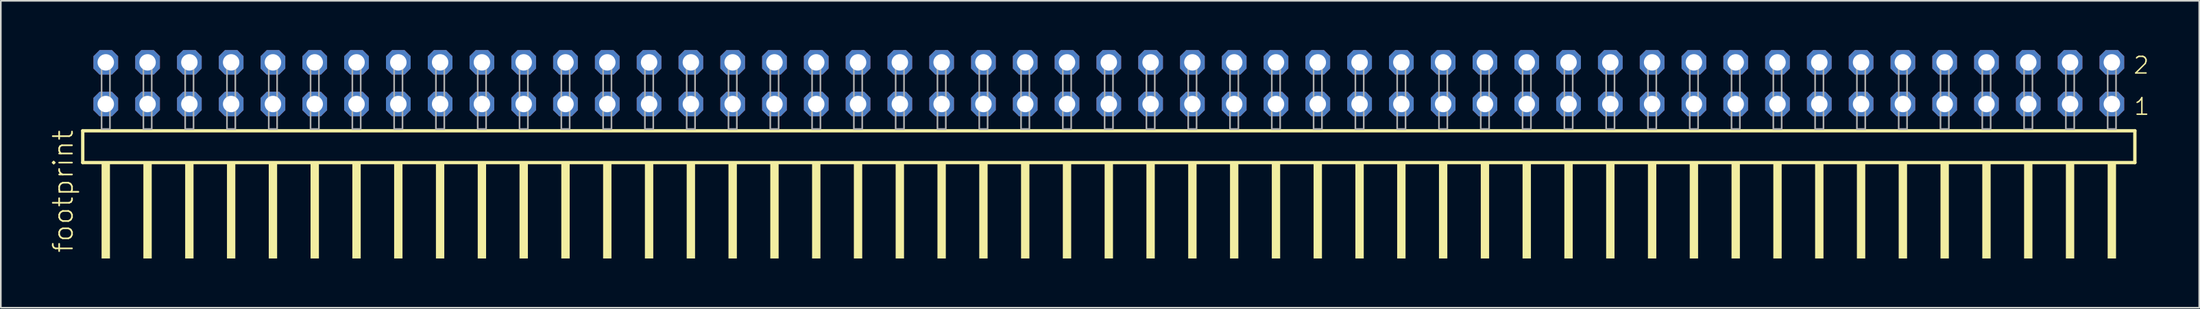
<source format=kicad_pcb>
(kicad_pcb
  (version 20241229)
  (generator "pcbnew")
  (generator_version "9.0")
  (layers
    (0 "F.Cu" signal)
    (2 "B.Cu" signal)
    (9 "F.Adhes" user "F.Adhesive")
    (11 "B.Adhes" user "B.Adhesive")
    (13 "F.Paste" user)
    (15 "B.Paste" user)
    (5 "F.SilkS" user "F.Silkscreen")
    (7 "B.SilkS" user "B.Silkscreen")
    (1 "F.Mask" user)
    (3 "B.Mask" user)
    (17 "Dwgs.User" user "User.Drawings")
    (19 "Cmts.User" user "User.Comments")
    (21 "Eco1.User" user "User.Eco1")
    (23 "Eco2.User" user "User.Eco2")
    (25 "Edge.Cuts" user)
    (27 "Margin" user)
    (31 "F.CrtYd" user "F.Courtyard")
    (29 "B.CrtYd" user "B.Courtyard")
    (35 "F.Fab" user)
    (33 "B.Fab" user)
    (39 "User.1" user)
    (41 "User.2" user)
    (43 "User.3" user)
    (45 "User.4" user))
  (footprint "footprint"
    (layer "F.Cu")
    (at 64.338 4.814)
    (property "Reference" "footprint" (at -62.865 7.62 90) (layer "F.SilkS") (effects (font (size 1.168 1.168) (thickness 0.102)) (justify left bottom)))
    (fp_line (start -62.359 0.106) (end -62.359 2.046) (stroke (width 0.203) (type solid)) (layer "F.SilkS"))
    (fp_line (start -62.359 2.046) (end 62.359 2.046) (stroke (width 0.203) (type solid)) (layer "F.SilkS"))
    (fp_line (start 62.359 0.106) (end -62.359 0.106) (stroke (width 0.203) (type solid)) (layer "F.SilkS"))
    (fp_line (start 62.359 2.046) (end 62.359 0.106) (stroke (width 0.203) (type solid)) (layer "F.SilkS"))
    (fp_poly (pts (xy -61.214 7.89) (xy -60.706 7.89) (xy -60.706 2.04) (xy -61.214 2.04)) (stroke (width 0) (type solid)) (fill yes) (layer "F.SilkS"))
    (fp_poly (pts (xy -58.674 7.89) (xy -58.166 7.89) (xy -58.166 2.04) (xy -58.674 2.04)) (stroke (width 0) (type solid)) (fill yes) (layer "F.SilkS"))
    (fp_poly (pts (xy -56.134 7.89) (xy -55.626 7.89) (xy -55.626 2.04) (xy -56.134 2.04)) (stroke (width 0) (type solid)) (fill yes) (layer "F.SilkS"))
    (fp_poly (pts (xy -53.594 7.89) (xy -53.086 7.89) (xy -53.086 2.04) (xy -53.594 2.04)) (stroke (width 0) (type solid)) (fill yes) (layer "F.SilkS"))
    (fp_poly (pts (xy -51.054 7.89) (xy -50.546 7.89) (xy -50.546 2.04) (xy -51.054 2.04)) (stroke (width 0) (type solid)) (fill yes) (layer "F.SilkS"))
    (fp_poly (pts (xy -48.514 7.89) (xy -48.006 7.89) (xy -48.006 2.04) (xy -48.514 2.04)) (stroke (width 0) (type solid)) (fill yes) (layer "F.SilkS"))
    (fp_poly (pts (xy -45.974 7.89) (xy -45.466 7.89) (xy -45.466 2.04) (xy -45.974 2.04)) (stroke (width 0) (type solid)) (fill yes) (layer "F.SilkS"))
    (fp_poly (pts (xy -43.434 7.89) (xy -42.926 7.89) (xy -42.926 2.04) (xy -43.434 2.04)) (stroke (width 0) (type solid)) (fill yes) (layer "F.SilkS"))
    (fp_poly (pts (xy -40.894 7.89) (xy -40.386 7.89) (xy -40.386 2.04) (xy -40.894 2.04)) (stroke (width 0) (type solid)) (fill yes) (layer "F.SilkS"))
    (fp_poly (pts (xy -38.354 7.89) (xy -37.846 7.89) (xy -37.846 2.04) (xy -38.354 2.04)) (stroke (width 0) (type solid)) (fill yes) (layer "F.SilkS"))
    (fp_poly (pts (xy -35.814 7.89) (xy -35.306 7.89) (xy -35.306 2.04) (xy -35.814 2.04)) (stroke (width 0) (type solid)) (fill yes) (layer "F.SilkS"))
    (fp_poly (pts (xy -33.274 7.89) (xy -32.766 7.89) (xy -32.766 2.04) (xy -33.274 2.04)) (stroke (width 0) (type solid)) (fill yes) (layer "F.SilkS"))
    (fp_poly (pts (xy -30.734 7.89) (xy -30.226 7.89) (xy -30.226 2.04) (xy -30.734 2.04)) (stroke (width 0) (type solid)) (fill yes) (layer "F.SilkS"))
    (fp_poly (pts (xy -28.194 7.89) (xy -27.686 7.89) (xy -27.686 2.04) (xy -28.194 2.04)) (stroke (width 0) (type solid)) (fill yes) (layer "F.SilkS"))
    (fp_poly (pts (xy -25.654 7.89) (xy -25.146 7.89) (xy -25.146 2.04) (xy -25.654 2.04)) (stroke (width 0) (type solid)) (fill yes) (layer "F.SilkS"))
    (fp_poly (pts (xy -23.114 7.89) (xy -22.606 7.89) (xy -22.606 2.04) (xy -23.114 2.04)) (stroke (width 0) (type solid)) (fill yes) (layer "F.SilkS"))
    (fp_poly (pts (xy -20.574 7.89) (xy -20.066 7.89) (xy -20.066 2.04) (xy -20.574 2.04)) (stroke (width 0) (type solid)) (fill yes) (layer "F.SilkS"))
    (fp_poly (pts (xy -18.034 7.89) (xy -17.526 7.89) (xy -17.526 2.04) (xy -18.034 2.04)) (stroke (width 0) (type solid)) (fill yes) (layer "F.SilkS"))
    (fp_poly (pts (xy -15.494 7.89) (xy -14.986 7.89) (xy -14.986 2.04) (xy -15.494 2.04)) (stroke (width 0) (type solid)) (fill yes) (layer "F.SilkS"))
    (fp_poly (pts (xy -12.954 7.89) (xy -12.446 7.89) (xy -12.446 2.04) (xy -12.954 2.04)) (stroke (width 0) (type solid)) (fill yes) (layer "F.SilkS"))
    (fp_poly (pts (xy -10.414 7.89) (xy -9.906 7.89) (xy -9.906 2.04) (xy -10.414 2.04)) (stroke (width 0) (type solid)) (fill yes) (layer "F.SilkS"))
    (fp_poly (pts (xy -7.874 7.89) (xy -7.366 7.89) (xy -7.366 2.04) (xy -7.874 2.04)) (stroke (width 0) (type solid)) (fill yes) (layer "F.SilkS"))
    (fp_poly (pts (xy -5.334 7.89) (xy -4.826 7.89) (xy -4.826 2.04) (xy -5.334 2.04)) (stroke (width 0) (type solid)) (fill yes) (layer "F.SilkS"))
    (fp_poly (pts (xy -2.794 7.89) (xy -2.286 7.89) (xy -2.286 2.04) (xy -2.794 2.04)) (stroke (width 0) (type solid)) (fill yes) (layer "F.SilkS"))
    (fp_poly (pts (xy -0.254 7.89) (xy 0.254 7.89) (xy 0.254 2.04) (xy -0.254 2.04)) (stroke (width 0) (type solid)) (fill yes) (layer "F.SilkS"))
    (fp_poly (pts (xy 2.286 7.89) (xy 2.794 7.89) (xy 2.794 2.04) (xy 2.286 2.04)) (stroke (width 0) (type solid)) (fill yes) (layer "F.SilkS"))
    (fp_poly (pts (xy 4.826 7.89) (xy 5.334 7.89) (xy 5.334 2.04) (xy 4.826 2.04)) (stroke (width 0) (type solid)) (fill yes) (layer "F.SilkS"))
    (fp_poly (pts (xy 7.366 7.89) (xy 7.874 7.89) (xy 7.874 2.04) (xy 7.366 2.04)) (stroke (width 0) (type solid)) (fill yes) (layer "F.SilkS"))
    (fp_poly (pts (xy 9.906 7.89) (xy 10.414 7.89) (xy 10.414 2.04) (xy 9.906 2.04)) (stroke (width 0) (type solid)) (fill yes) (layer "F.SilkS"))
    (fp_poly (pts (xy 12.446 7.89) (xy 12.954 7.89) (xy 12.954 2.04) (xy 12.446 2.04)) (stroke (width 0) (type solid)) (fill yes) (layer "F.SilkS"))
    (fp_poly (pts (xy 14.986 7.89) (xy 15.494 7.89) (xy 15.494 2.04) (xy 14.986 2.04)) (stroke (width 0) (type solid)) (fill yes) (layer "F.SilkS"))
    (fp_poly (pts (xy 17.526 7.89) (xy 18.034 7.89) (xy 18.034 2.04) (xy 17.526 2.04)) (stroke (width 0) (type solid)) (fill yes) (layer "F.SilkS"))
    (fp_poly (pts (xy 20.066 7.89) (xy 20.574 7.89) (xy 20.574 2.04) (xy 20.066 2.04)) (stroke (width 0) (type solid)) (fill yes) (layer "F.SilkS"))
    (fp_poly (pts (xy 22.606 7.89) (xy 23.114 7.89) (xy 23.114 2.04) (xy 22.606 2.04)) (stroke (width 0) (type solid)) (fill yes) (layer "F.SilkS"))
    (fp_poly (pts (xy 25.146 7.89) (xy 25.654 7.89) (xy 25.654 2.04) (xy 25.146 2.04)) (stroke (width 0) (type solid)) (fill yes) (layer "F.SilkS"))
    (fp_poly (pts (xy 27.686 7.89) (xy 28.194 7.89) (xy 28.194 2.04) (xy 27.686 2.04)) (stroke (width 0) (type solid)) (fill yes) (layer "F.SilkS"))
    (fp_poly (pts (xy 30.226 7.89) (xy 30.734 7.89) (xy 30.734 2.04) (xy 30.226 2.04)) (stroke (width 0) (type solid)) (fill yes) (layer "F.SilkS"))
    (fp_poly (pts (xy 32.766 7.89) (xy 33.274 7.89) (xy 33.274 2.04) (xy 32.766 2.04)) (stroke (width 0) (type solid)) (fill yes) (layer "F.SilkS"))
    (fp_poly (pts (xy 35.306 7.89) (xy 35.814 7.89) (xy 35.814 2.04) (xy 35.306 2.04)) (stroke (width 0) (type solid)) (fill yes) (layer "F.SilkS"))
    (fp_poly (pts (xy 37.846 7.89) (xy 38.354 7.89) (xy 38.354 2.04) (xy 37.846 2.04)) (stroke (width 0) (type solid)) (fill yes) (layer "F.SilkS"))
    (fp_poly (pts (xy 40.386 7.89) (xy 40.894 7.89) (xy 40.894 2.04) (xy 40.386 2.04)) (stroke (width 0) (type solid)) (fill yes) (layer "F.SilkS"))
    (fp_poly (pts (xy 42.926 7.89) (xy 43.434 7.89) (xy 43.434 2.04) (xy 42.926 2.04)) (stroke (width 0) (type solid)) (fill yes) (layer "F.SilkS"))
    (fp_poly (pts (xy 45.466 7.89) (xy 45.974 7.89) (xy 45.974 2.04) (xy 45.466 2.04)) (stroke (width 0) (type solid)) (fill yes) (layer "F.SilkS"))
    (fp_poly (pts (xy 48.006 7.89) (xy 48.514 7.89) (xy 48.514 2.04) (xy 48.006 2.04)) (stroke (width 0) (type solid)) (fill yes) (layer "F.SilkS"))
    (fp_poly (pts (xy 50.546 7.89) (xy 51.054 7.89) (xy 51.054 2.04) (xy 50.546 2.04)) (stroke (width 0) (type solid)) (fill yes) (layer "F.SilkS"))
    (fp_poly (pts (xy 53.086 7.89) (xy 53.594 7.89) (xy 53.594 2.04) (xy 53.086 2.04)) (stroke (width 0) (type solid)) (fill yes) (layer "F.SilkS"))
    (fp_poly (pts (xy 55.626 7.89) (xy 56.134 7.89) (xy 56.134 2.04) (xy 55.626 2.04)) (stroke (width 0) (type solid)) (fill yes) (layer "F.SilkS"))
    (fp_poly (pts (xy 58.166 7.89) (xy 58.674 7.89) (xy 58.674 2.04) (xy 58.166 2.04)) (stroke (width 0) (type solid)) (fill yes) (layer "F.SilkS"))
    (fp_poly (pts (xy 60.706 7.89) (xy 61.214 7.89) (xy 61.214 2.04) (xy 60.706 2.04)) (stroke (width 0) (type solid)) (fill yes) (layer "F.SilkS"))
    (fp_poly (pts (xy -61.214 0) (xy -60.706 0) (xy -60.706 -4.318) (xy -61.214 -4.318)) (stroke (width 0.1) (type solid)) (fill no) (layer "F.Fab"))
    (fp_poly (pts (xy -58.674 0) (xy -58.166 0) (xy -58.166 -4.318) (xy -58.674 -4.318)) (stroke (width 0.1) (type solid)) (fill no) (layer "F.Fab"))
    (fp_poly (pts (xy -56.134 0) (xy -55.626 0) (xy -55.626 -4.318) (xy -56.134 -4.318)) (stroke (width 0.1) (type solid)) (fill no) (layer "F.Fab"))
    (fp_poly (pts (xy -53.594 0) (xy -53.086 0) (xy -53.086 -4.318) (xy -53.594 -4.318)) (stroke (width 0.1) (type solid)) (fill no) (layer "F.Fab"))
    (fp_poly (pts (xy -51.054 0) (xy -50.546 0) (xy -50.546 -4.318) (xy -51.054 -4.318)) (stroke (width 0.1) (type solid)) (fill no) (layer "F.Fab"))
    (fp_poly (pts (xy -48.514 0) (xy -48.006 0) (xy -48.006 -4.318) (xy -48.514 -4.318)) (stroke (width 0.1) (type solid)) (fill no) (layer "F.Fab"))
    (fp_poly (pts (xy -45.974 0) (xy -45.466 0) (xy -45.466 -4.318) (xy -45.974 -4.318)) (stroke (width 0.1) (type solid)) (fill no) (layer "F.Fab"))
    (fp_poly (pts (xy -43.434 0) (xy -42.926 0) (xy -42.926 -4.318) (xy -43.434 -4.318)) (stroke (width 0.1) (type solid)) (fill no) (layer "F.Fab"))
    (fp_poly (pts (xy -40.894 0) (xy -40.386 0) (xy -40.386 -4.318) (xy -40.894 -4.318)) (stroke (width 0.1) (type solid)) (fill no) (layer "F.Fab"))
    (fp_poly (pts (xy -38.354 0) (xy -37.846 0) (xy -37.846 -4.318) (xy -38.354 -4.318)) (stroke (width 0.1) (type solid)) (fill no) (layer "F.Fab"))
    (fp_poly (pts (xy -35.814 0) (xy -35.306 0) (xy -35.306 -4.318) (xy -35.814 -4.318)) (stroke (width 0.1) (type solid)) (fill no) (layer "F.Fab"))
    (fp_poly (pts (xy -33.274 0) (xy -32.766 0) (xy -32.766 -4.318) (xy -33.274 -4.318)) (stroke (width 0.1) (type solid)) (fill no) (layer "F.Fab"))
    (fp_poly (pts (xy -30.734 0) (xy -30.226 0) (xy -30.226 -4.318) (xy -30.734 -4.318)) (stroke (width 0.1) (type solid)) (fill no) (layer "F.Fab"))
    (fp_poly (pts (xy -28.194 0) (xy -27.686 0) (xy -27.686 -4.318) (xy -28.194 -4.318)) (stroke (width 0.1) (type solid)) (fill no) (layer "F.Fab"))
    (fp_poly (pts (xy -25.654 0) (xy -25.146 0) (xy -25.146 -4.318) (xy -25.654 -4.318)) (stroke (width 0.1) (type solid)) (fill no) (layer "F.Fab"))
    (fp_poly (pts (xy -23.114 0) (xy -22.606 0) (xy -22.606 -4.318) (xy -23.114 -4.318)) (stroke (width 0.1) (type solid)) (fill no) (layer "F.Fab"))
    (fp_poly (pts (xy -20.574 0) (xy -20.066 0) (xy -20.066 -4.318) (xy -20.574 -4.318)) (stroke (width 0.1) (type solid)) (fill no) (layer "F.Fab"))
    (fp_poly (pts (xy -18.034 0) (xy -17.526 0) (xy -17.526 -4.318) (xy -18.034 -4.318)) (stroke (width 0.1) (type solid)) (fill no) (layer "F.Fab"))
    (fp_poly (pts (xy -15.494 0) (xy -14.986 0) (xy -14.986 -4.318) (xy -15.494 -4.318)) (stroke (width 0.1) (type solid)) (fill no) (layer "F.Fab"))
    (fp_poly (pts (xy -12.954 0) (xy -12.446 0) (xy -12.446 -4.318) (xy -12.954 -4.318)) (stroke (width 0.1) (type solid)) (fill no) (layer "F.Fab"))
    (fp_poly (pts (xy -10.414 0) (xy -9.906 0) (xy -9.906 -4.318) (xy -10.414 -4.318)) (stroke (width 0.1) (type solid)) (fill no) (layer "F.Fab"))
    (fp_poly (pts (xy -7.874 0) (xy -7.366 0) (xy -7.366 -4.318) (xy -7.874 -4.318)) (stroke (width 0.1) (type solid)) (fill no) (layer "F.Fab"))
    (fp_poly (pts (xy -5.334 0) (xy -4.826 0) (xy -4.826 -4.318) (xy -5.334 -4.318)) (stroke (width 0.1) (type solid)) (fill no) (layer "F.Fab"))
    (fp_poly (pts (xy -2.794 0) (xy -2.286 0) (xy -2.286 -4.318) (xy -2.794 -4.318)) (stroke (width 0.1) (type solid)) (fill no) (layer "F.Fab"))
    (fp_poly (pts (xy -0.254 0) (xy 0.254 0) (xy 0.254 -4.318) (xy -0.254 -4.318)) (stroke (width 0.1) (type solid)) (fill no) (layer "F.Fab"))
    (fp_poly (pts (xy 2.286 0) (xy 2.794 0) (xy 2.794 -4.318) (xy 2.286 -4.318)) (stroke (width 0.1) (type solid)) (fill no) (layer "F.Fab"))
    (fp_poly (pts (xy 4.826 0) (xy 5.334 0) (xy 5.334 -4.318) (xy 4.826 -4.318)) (stroke (width 0.1) (type solid)) (fill no) (layer "F.Fab"))
    (fp_poly (pts (xy 7.366 0) (xy 7.874 0) (xy 7.874 -4.318) (xy 7.366 -4.318)) (stroke (width 0.1) (type solid)) (fill no) (layer "F.Fab"))
    (fp_poly (pts (xy 9.906 0) (xy 10.414 0) (xy 10.414 -4.318) (xy 9.906 -4.318)) (stroke (width 0.1) (type solid)) (fill no) (layer "F.Fab"))
    (fp_poly (pts (xy 12.446 0) (xy 12.954 0) (xy 12.954 -4.318) (xy 12.446 -4.318)) (stroke (width 0.1) (type solid)) (fill no) (layer "F.Fab"))
    (fp_poly (pts (xy 14.986 0) (xy 15.494 0) (xy 15.494 -4.318) (xy 14.986 -4.318)) (stroke (width 0.1) (type solid)) (fill no) (layer "F.Fab"))
    (fp_poly (pts (xy 17.526 0) (xy 18.034 0) (xy 18.034 -4.318) (xy 17.526 -4.318)) (stroke (width 0.1) (type solid)) (fill no) (layer "F.Fab"))
    (fp_poly (pts (xy 20.066 0) (xy 20.574 0) (xy 20.574 -4.318) (xy 20.066 -4.318)) (stroke (width 0.1) (type solid)) (fill no) (layer "F.Fab"))
    (fp_poly (pts (xy 22.606 0) (xy 23.114 0) (xy 23.114 -4.318) (xy 22.606 -4.318)) (stroke (width 0.1) (type solid)) (fill no) (layer "F.Fab"))
    (fp_poly (pts (xy 25.146 0) (xy 25.654 0) (xy 25.654 -4.318) (xy 25.146 -4.318)) (stroke (width 0.1) (type solid)) (fill no) (layer "F.Fab"))
    (fp_poly (pts (xy 27.686 0) (xy 28.194 0) (xy 28.194 -4.318) (xy 27.686 -4.318)) (stroke (width 0.1) (type solid)) (fill no) (layer "F.Fab"))
    (fp_poly (pts (xy 30.226 0) (xy 30.734 0) (xy 30.734 -4.318) (xy 30.226 -4.318)) (stroke (width 0.1) (type solid)) (fill no) (layer "F.Fab"))
    (fp_poly (pts (xy 32.766 0) (xy 33.274 0) (xy 33.274 -4.318) (xy 32.766 -4.318)) (stroke (width 0.1) (type solid)) (fill no) (layer "F.Fab"))
    (fp_poly (pts (xy 35.306 0) (xy 35.814 0) (xy 35.814 -4.318) (xy 35.306 -4.318)) (stroke (width 0.1) (type solid)) (fill no) (layer "F.Fab"))
    (fp_poly (pts (xy 37.846 0) (xy 38.354 0) (xy 38.354 -4.318) (xy 37.846 -4.318)) (stroke (width 0.1) (type solid)) (fill no) (layer "F.Fab"))
    (fp_poly (pts (xy 40.386 0) (xy 40.894 0) (xy 40.894 -4.318) (xy 40.386 -4.318)) (stroke (width 0.1) (type solid)) (fill no) (layer "F.Fab"))
    (fp_poly (pts (xy 42.926 0) (xy 43.434 0) (xy 43.434 -4.318) (xy 42.926 -4.318)) (stroke (width 0.1) (type solid)) (fill no) (layer "F.Fab"))
    (fp_poly (pts (xy 45.466 0) (xy 45.974 0) (xy 45.974 -4.318) (xy 45.466 -4.318)) (stroke (width 0.1) (type solid)) (fill no) (layer "F.Fab"))
    (fp_poly (pts (xy 48.006 0) (xy 48.514 0) (xy 48.514 -4.318) (xy 48.006 -4.318)) (stroke (width 0.1) (type solid)) (fill no) (layer "F.Fab"))
    (fp_poly (pts (xy 50.546 0) (xy 51.054 0) (xy 51.054 -4.318) (xy 50.546 -4.318)) (stroke (width 0.1) (type solid)) (fill no) (layer "F.Fab"))
    (fp_poly (pts (xy 53.086 0) (xy 53.594 0) (xy 53.594 -4.318) (xy 53.086 -4.318)) (stroke (width 0.1) (type solid)) (fill no) (layer "F.Fab"))
    (fp_poly (pts (xy 55.626 0) (xy 56.134 0) (xy 56.134 -4.318) (xy 55.626 -4.318)) (stroke (width 0.1) (type solid)) (fill no) (layer "F.Fab"))
    (fp_poly (pts (xy 58.166 0) (xy 58.674 0) (xy 58.674 -4.318) (xy 58.166 -4.318)) (stroke (width 0.1) (type solid)) (fill no) (layer "F.Fab"))
    (fp_poly (pts (xy 60.706 0) (xy 61.214 0) (xy 61.214 -4.318) (xy 60.706 -4.318)) (stroke (width 0.1) (type solid)) (fill no) (layer "F.Fab"))
    (fp_text user "2" (at 62.21 -3.29 0) (layer "F.SilkS") (effects (font (size 1.012 1.012) (thickness 0.088)) (justify left bottom)))
    (fp_text user "1" (at 62.245 -0.775 0) (layer "F.SilkS") (effects (font (size 1.012 1.012) (thickness 0.088)) (justify left bottom)))
    (pad "1" thru_hole roundrect (at 60.96 -1.524 180) (size 1.5 1.5) (drill 1) (layers "*.Cu" "*.Mask") (roundrect_rratio 0.25) (chamfer_ratio 0.25) (chamfer top_left top_right bottom_left bottom_right))
    (pad "2" thru_hole roundrect (at 60.96 -4.064 180) (size 1.5 1.5) (drill 1) (layers "*.Cu" "*.Mask") (roundrect_rratio 0.25) (chamfer_ratio 0.25) (chamfer top_left top_right bottom_left bottom_right))
    (pad "3" thru_hole roundrect (at 58.42 -1.524 180) (size 1.5 1.5) (drill 1) (layers "*.Cu" "*.Mask") (roundrect_rratio 0.25) (chamfer_ratio 0.25) (chamfer top_left top_right bottom_left bottom_right))
    (pad "4" thru_hole roundrect (at 58.42 -4.064 180) (size 1.5 1.5) (drill 1) (layers "*.Cu" "*.Mask") (roundrect_rratio 0.25) (chamfer_ratio 0.25) (chamfer top_left top_right bottom_left bottom_right))
    (pad "5" thru_hole roundrect (at 55.88 -1.524 180) (size 1.5 1.5) (drill 1) (layers "*.Cu" "*.Mask") (roundrect_rratio 0.25) (chamfer_ratio 0.25) (chamfer top_left top_right bottom_left bottom_right))
    (pad "6" thru_hole roundrect (at 55.88 -4.064 180) (size 1.5 1.5) (drill 1) (layers "*.Cu" "*.Mask") (roundrect_rratio 0.25) (chamfer_ratio 0.25) (chamfer top_left top_right bottom_left bottom_right))
    (pad "7" thru_hole roundrect (at 53.34 -1.524 180) (size 1.5 1.5) (drill 1) (layers "*.Cu" "*.Mask") (roundrect_rratio 0.25) (chamfer_ratio 0.25) (chamfer top_left top_right bottom_left bottom_right))
    (pad "8" thru_hole roundrect (at 53.34 -4.064 180) (size 1.5 1.5) (drill 1) (layers "*.Cu" "*.Mask") (roundrect_rratio 0.25) (chamfer_ratio 0.25) (chamfer top_left top_right bottom_left bottom_right))
    (pad "9" thru_hole roundrect (at 50.8 -1.524 180) (size 1.5 1.5) (drill 1) (layers "*.Cu" "*.Mask") (roundrect_rratio 0.25) (chamfer_ratio 0.25) (chamfer top_left top_right bottom_left bottom_right))
    (pad "10" thru_hole roundrect (at 50.8 -4.064 180) (size 1.5 1.5) (drill 1) (layers "*.Cu" "*.Mask") (roundrect_rratio 0.25) (chamfer_ratio 0.25) (chamfer top_left top_right bottom_left bottom_right))
    (pad "11" thru_hole roundrect (at 48.26 -1.524 180) (size 1.5 1.5) (drill 1) (layers "*.Cu" "*.Mask") (roundrect_rratio 0.25) (chamfer_ratio 0.25) (chamfer top_left top_right bottom_left bottom_right))
    (pad "12" thru_hole roundrect (at 48.26 -4.064 180) (size 1.5 1.5) (drill 1) (layers "*.Cu" "*.Mask") (roundrect_rratio 0.25) (chamfer_ratio 0.25) (chamfer top_left top_right bottom_left bottom_right))
    (pad "13" thru_hole roundrect (at 45.72 -1.524 180) (size 1.5 1.5) (drill 1) (layers "*.Cu" "*.Mask") (roundrect_rratio 0.25) (chamfer_ratio 0.25) (chamfer top_left top_right bottom_left bottom_right))
    (pad "14" thru_hole roundrect (at 45.72 -4.064 180) (size 1.5 1.5) (drill 1) (layers "*.Cu" "*.Mask") (roundrect_rratio 0.25) (chamfer_ratio 0.25) (chamfer top_left top_right bottom_left bottom_right))
    (pad "15" thru_hole roundrect (at 43.18 -1.524 180) (size 1.5 1.5) (drill 1) (layers "*.Cu" "*.Mask") (roundrect_rratio 0.25) (chamfer_ratio 0.25) (chamfer top_left top_right bottom_left bottom_right))
    (pad "16" thru_hole roundrect (at 43.18 -4.064 180) (size 1.5 1.5) (drill 1) (layers "*.Cu" "*.Mask") (roundrect_rratio 0.25) (chamfer_ratio 0.25) (chamfer top_left top_right bottom_left bottom_right))
    (pad "17" thru_hole roundrect (at 40.64 -1.524 180) (size 1.5 1.5) (drill 1) (layers "*.Cu" "*.Mask") (roundrect_rratio 0.25) (chamfer_ratio 0.25) (chamfer top_left top_right bottom_left bottom_right))
    (pad "18" thru_hole roundrect (at 40.64 -4.064 180) (size 1.5 1.5) (drill 1) (layers "*.Cu" "*.Mask") (roundrect_rratio 0.25) (chamfer_ratio 0.25) (chamfer top_left top_right bottom_left bottom_right))
    (pad "19" thru_hole roundrect (at 38.1 -1.524 180) (size 1.5 1.5) (drill 1) (layers "*.Cu" "*.Mask") (roundrect_rratio 0.25) (chamfer_ratio 0.25) (chamfer top_left top_right bottom_left bottom_right))
    (pad "20" thru_hole roundrect (at 38.1 -4.064 180) (size 1.5 1.5) (drill 1) (layers "*.Cu" "*.Mask") (roundrect_rratio 0.25) (chamfer_ratio 0.25) (chamfer top_left top_right bottom_left bottom_right))
    (pad "21" thru_hole roundrect (at 35.56 -1.524 180) (size 1.5 1.5) (drill 1) (layers "*.Cu" "*.Mask") (roundrect_rratio 0.25) (chamfer_ratio 0.25) (chamfer top_left top_right bottom_left bottom_right))
    (pad "22" thru_hole roundrect (at 35.56 -4.064 180) (size 1.5 1.5) (drill 1) (layers "*.Cu" "*.Mask") (roundrect_rratio 0.25) (chamfer_ratio 0.25) (chamfer top_left top_right bottom_left bottom_right))
    (pad "23" thru_hole roundrect (at 33.02 -1.524 180) (size 1.5 1.5) (drill 1) (layers "*.Cu" "*.Mask") (roundrect_rratio 0.25) (chamfer_ratio 0.25) (chamfer top_left top_right bottom_left bottom_right))
    (pad "24" thru_hole roundrect (at 33.02 -4.064 180) (size 1.5 1.5) (drill 1) (layers "*.Cu" "*.Mask") (roundrect_rratio 0.25) (chamfer_ratio 0.25) (chamfer top_left top_right bottom_left bottom_right))
    (pad "25" thru_hole roundrect (at 30.48 -1.524 180) (size 1.5 1.5) (drill 1) (layers "*.Cu" "*.Mask") (roundrect_rratio 0.25) (chamfer_ratio 0.25) (chamfer top_left top_right bottom_left bottom_right))
    (pad "26" thru_hole roundrect (at 30.48 -4.064 180) (size 1.5 1.5) (drill 1) (layers "*.Cu" "*.Mask") (roundrect_rratio 0.25) (chamfer_ratio 0.25) (chamfer top_left top_right bottom_left bottom_right))
    (pad "27" thru_hole roundrect (at 27.94 -1.524 180) (size 1.5 1.5) (drill 1) (layers "*.Cu" "*.Mask") (roundrect_rratio 0.25) (chamfer_ratio 0.25) (chamfer top_left top_right bottom_left bottom_right))
    (pad "28" thru_hole roundrect (at 27.94 -4.064 180) (size 1.5 1.5) (drill 1) (layers "*.Cu" "*.Mask") (roundrect_rratio 0.25) (chamfer_ratio 0.25) (chamfer top_left top_right bottom_left bottom_right))
    (pad "29" thru_hole roundrect (at 25.4 -1.524 180) (size 1.5 1.5) (drill 1) (layers "*.Cu" "*.Mask") (roundrect_rratio 0.25) (chamfer_ratio 0.25) (chamfer top_left top_right bottom_left bottom_right))
    (pad "30" thru_hole roundrect (at 25.4 -4.064 180) (size 1.5 1.5) (drill 1) (layers "*.Cu" "*.Mask") (roundrect_rratio 0.25) (chamfer_ratio 0.25) (chamfer top_left top_right bottom_left bottom_right))
    (pad "31" thru_hole roundrect (at 22.86 -1.524 180) (size 1.5 1.5) (drill 1) (layers "*.Cu" "*.Mask") (roundrect_rratio 0.25) (chamfer_ratio 0.25) (chamfer top_left top_right bottom_left bottom_right))
    (pad "32" thru_hole roundrect (at 22.86 -4.064 180) (size 1.5 1.5) (drill 1) (layers "*.Cu" "*.Mask") (roundrect_rratio 0.25) (chamfer_ratio 0.25) (chamfer top_left top_right bottom_left bottom_right))
    (pad "33" thru_hole roundrect (at 20.32 -1.524 180) (size 1.5 1.5) (drill 1) (layers "*.Cu" "*.Mask") (roundrect_rratio 0.25) (chamfer_ratio 0.25) (chamfer top_left top_right bottom_left bottom_right))
    (pad "34" thru_hole roundrect (at 20.32 -4.064 180) (size 1.5 1.5) (drill 1) (layers "*.Cu" "*.Mask") (roundrect_rratio 0.25) (chamfer_ratio 0.25) (chamfer top_left top_right bottom_left bottom_right))
    (pad "35" thru_hole roundrect (at 17.78 -1.524 180) (size 1.5 1.5) (drill 1) (layers "*.Cu" "*.Mask") (roundrect_rratio 0.25) (chamfer_ratio 0.25) (chamfer top_left top_right bottom_left bottom_right))
    (pad "36" thru_hole roundrect (at 17.78 -4.064 180) (size 1.5 1.5) (drill 1) (layers "*.Cu" "*.Mask") (roundrect_rratio 0.25) (chamfer_ratio 0.25) (chamfer top_left top_right bottom_left bottom_right))
    (pad "37" thru_hole roundrect (at 15.24 -1.524 180) (size 1.5 1.5) (drill 1) (layers "*.Cu" "*.Mask") (roundrect_rratio 0.25) (chamfer_ratio 0.25) (chamfer top_left top_right bottom_left bottom_right))
    (pad "38" thru_hole roundrect (at 15.24 -4.064 180) (size 1.5 1.5) (drill 1) (layers "*.Cu" "*.Mask") (roundrect_rratio 0.25) (chamfer_ratio 0.25) (chamfer top_left top_right bottom_left bottom_right))
    (pad "39" thru_hole roundrect (at 12.7 -1.524 180) (size 1.5 1.5) (drill 1) (layers "*.Cu" "*.Mask") (roundrect_rratio 0.25) (chamfer_ratio 0.25) (chamfer top_left top_right bottom_left bottom_right))
    (pad "40" thru_hole roundrect (at 12.7 -4.064 180) (size 1.5 1.5) (drill 1) (layers "*.Cu" "*.Mask") (roundrect_rratio 0.25) (chamfer_ratio 0.25) (chamfer top_left top_right bottom_left bottom_right))
    (pad "41" thru_hole roundrect (at 10.16 -1.524 180) (size 1.5 1.5) (drill 1) (layers "*.Cu" "*.Mask") (roundrect_rratio 0.25) (chamfer_ratio 0.25) (chamfer top_left top_right bottom_left bottom_right))
    (pad "42" thru_hole roundrect (at 10.16 -4.064 180) (size 1.5 1.5) (drill 1) (layers "*.Cu" "*.Mask") (roundrect_rratio 0.25) (chamfer_ratio 0.25) (chamfer top_left top_right bottom_left bottom_right))
    (pad "43" thru_hole roundrect (at 7.62 -1.524 180) (size 1.5 1.5) (drill 1) (layers "*.Cu" "*.Mask") (roundrect_rratio 0.25) (chamfer_ratio 0.25) (chamfer top_left top_right bottom_left bottom_right))
    (pad "44" thru_hole roundrect (at 7.62 -4.064 180) (size 1.5 1.5) (drill 1) (layers "*.Cu" "*.Mask") (roundrect_rratio 0.25) (chamfer_ratio 0.25) (chamfer top_left top_right bottom_left bottom_right))
    (pad "45" thru_hole roundrect (at 5.08 -1.524 180) (size 1.5 1.5) (drill 1) (layers "*.Cu" "*.Mask") (roundrect_rratio 0.25) (chamfer_ratio 0.25) (chamfer top_left top_right bottom_left bottom_right))
    (pad "46" thru_hole roundrect (at 5.08 -4.064 180) (size 1.5 1.5) (drill 1) (layers "*.Cu" "*.Mask") (roundrect_rratio 0.25) (chamfer_ratio 0.25) (chamfer top_left top_right bottom_left bottom_right))
    (pad "47" thru_hole roundrect (at 2.54 -1.524 180) (size 1.5 1.5) (drill 1) (layers "*.Cu" "*.Mask") (roundrect_rratio 0.25) (chamfer_ratio 0.25) (chamfer top_left top_right bottom_left bottom_right))
    (pad "48" thru_hole roundrect (at 2.54 -4.064 180) (size 1.5 1.5) (drill 1) (layers "*.Cu" "*.Mask") (roundrect_rratio 0.25) (chamfer_ratio 0.25) (chamfer top_left top_right bottom_left bottom_right))
    (pad "49" thru_hole roundrect (at 0 -1.524 180) (size 1.5 1.5) (drill 1) (layers "*.Cu" "*.Mask") (roundrect_rratio 0.25) (chamfer_ratio 0.25) (chamfer top_left top_right bottom_left bottom_right))
    (pad "50" thru_hole roundrect (at 0 -4.064 180) (size 1.5 1.5) (drill 1) (layers "*.Cu" "*.Mask") (roundrect_rratio 0.25) (chamfer_ratio 0.25) (chamfer top_left top_right bottom_left bottom_right))
    (pad "51" thru_hole roundrect (at -2.54 -1.524 180) (size 1.5 1.5) (drill 1) (layers "*.Cu" "*.Mask") (roundrect_rratio 0.25) (chamfer_ratio 0.25) (chamfer top_left top_right bottom_left bottom_right))
    (pad "52" thru_hole roundrect (at -2.54 -4.064 180) (size 1.5 1.5) (drill 1) (layers "*.Cu" "*.Mask") (roundrect_rratio 0.25) (chamfer_ratio 0.25) (chamfer top_left top_right bottom_left bottom_right))
    (pad "53" thru_hole roundrect (at -5.08 -1.524 180) (size 1.5 1.5) (drill 1) (layers "*.Cu" "*.Mask") (roundrect_rratio 0.25) (chamfer_ratio 0.25) (chamfer top_left top_right bottom_left bottom_right))
    (pad "54" thru_hole roundrect (at -5.08 -4.064 180) (size 1.5 1.5) (drill 1) (layers "*.Cu" "*.Mask") (roundrect_rratio 0.25) (chamfer_ratio 0.25) (chamfer top_left top_right bottom_left bottom_right))
    (pad "55" thru_hole roundrect (at -7.62 -1.524 180) (size 1.5 1.5) (drill 1) (layers "*.Cu" "*.Mask") (roundrect_rratio 0.25) (chamfer_ratio 0.25) (chamfer top_left top_right bottom_left bottom_right))
    (pad "56" thru_hole roundrect (at -7.62 -4.064 180) (size 1.5 1.5) (drill 1) (layers "*.Cu" "*.Mask") (roundrect_rratio 0.25) (chamfer_ratio 0.25) (chamfer top_left top_right bottom_left bottom_right))
    (pad "57" thru_hole roundrect (at -10.16 -1.524 180) (size 1.5 1.5) (drill 1) (layers "*.Cu" "*.Mask") (roundrect_rratio 0.25) (chamfer_ratio 0.25) (chamfer top_left top_right bottom_left bottom_right))
    (pad "58" thru_hole roundrect (at -10.16 -4.064 180) (size 1.5 1.5) (drill 1) (layers "*.Cu" "*.Mask") (roundrect_rratio 0.25) (chamfer_ratio 0.25) (chamfer top_left top_right bottom_left bottom_right))
    (pad "59" thru_hole roundrect (at -12.7 -1.524 180) (size 1.5 1.5) (drill 1) (layers "*.Cu" "*.Mask") (roundrect_rratio 0.25) (chamfer_ratio 0.25) (chamfer top_left top_right bottom_left bottom_right))
    (pad "60" thru_hole roundrect (at -12.7 -4.064 180) (size 1.5 1.5) (drill 1) (layers "*.Cu" "*.Mask") (roundrect_rratio 0.25) (chamfer_ratio 0.25) (chamfer top_left top_right bottom_left bottom_right))
    (pad "61" thru_hole roundrect (at -15.24 -1.524 180) (size 1.5 1.5) (drill 1) (layers "*.Cu" "*.Mask") (roundrect_rratio 0.25) (chamfer_ratio 0.25) (chamfer top_left top_right bottom_left bottom_right))
    (pad "62" thru_hole roundrect (at -15.24 -4.064 180) (size 1.5 1.5) (drill 1) (layers "*.Cu" "*.Mask") (roundrect_rratio 0.25) (chamfer_ratio 0.25) (chamfer top_left top_right bottom_left bottom_right))
    (pad "63" thru_hole roundrect (at -17.78 -1.524 180) (size 1.5 1.5) (drill 1) (layers "*.Cu" "*.Mask") (roundrect_rratio 0.25) (chamfer_ratio 0.25) (chamfer top_left top_right bottom_left bottom_right))
    (pad "64" thru_hole roundrect (at -17.78 -4.064 180) (size 1.5 1.5) (drill 1) (layers "*.Cu" "*.Mask") (roundrect_rratio 0.25) (chamfer_ratio 0.25) (chamfer top_left top_right bottom_left bottom_right))
    (pad "65" thru_hole roundrect (at -20.32 -1.524 180) (size 1.5 1.5) (drill 1) (layers "*.Cu" "*.Mask") (roundrect_rratio 0.25) (chamfer_ratio 0.25) (chamfer top_left top_right bottom_left bottom_right))
    (pad "66" thru_hole roundrect (at -20.32 -4.064 180) (size 1.5 1.5) (drill 1) (layers "*.Cu" "*.Mask") (roundrect_rratio 0.25) (chamfer_ratio 0.25) (chamfer top_left top_right bottom_left bottom_right))
    (pad "67" thru_hole roundrect (at -22.86 -1.524 180) (size 1.5 1.5) (drill 1) (layers "*.Cu" "*.Mask") (roundrect_rratio 0.25) (chamfer_ratio 0.25) (chamfer top_left top_right bottom_left bottom_right))
    (pad "68" thru_hole roundrect (at -22.86 -4.064 180) (size 1.5 1.5) (drill 1) (layers "*.Cu" "*.Mask") (roundrect_rratio 0.25) (chamfer_ratio 0.25) (chamfer top_left top_right bottom_left bottom_right))
    (pad "69" thru_hole roundrect (at -25.4 -1.524 180) (size 1.5 1.5) (drill 1) (layers "*.Cu" "*.Mask") (roundrect_rratio 0.25) (chamfer_ratio 0.25) (chamfer top_left top_right bottom_left bottom_right))
    (pad "70" thru_hole roundrect (at -25.4 -4.064 180) (size 1.5 1.5) (drill 1) (layers "*.Cu" "*.Mask") (roundrect_rratio 0.25) (chamfer_ratio 0.25) (chamfer top_left top_right bottom_left bottom_right))
    (pad "71" thru_hole roundrect (at -27.94 -1.524 180) (size 1.5 1.5) (drill 1) (layers "*.Cu" "*.Mask") (roundrect_rratio 0.25) (chamfer_ratio 0.25) (chamfer top_left top_right bottom_left bottom_right))
    (pad "72" thru_hole roundrect (at -27.94 -4.064 180) (size 1.5 1.5) (drill 1) (layers "*.Cu" "*.Mask") (roundrect_rratio 0.25) (chamfer_ratio 0.25) (chamfer top_left top_right bottom_left bottom_right))
    (pad "73" thru_hole roundrect (at -30.48 -1.524 180) (size 1.5 1.5) (drill 1) (layers "*.Cu" "*.Mask") (roundrect_rratio 0.25) (chamfer_ratio 0.25) (chamfer top_left top_right bottom_left bottom_right))
    (pad "74" thru_hole roundrect (at -30.48 -4.064 180) (size 1.5 1.5) (drill 1) (layers "*.Cu" "*.Mask") (roundrect_rratio 0.25) (chamfer_ratio 0.25) (chamfer top_left top_right bottom_left bottom_right))
    (pad "75" thru_hole roundrect (at -33.02 -1.524 180) (size 1.5 1.5) (drill 1) (layers "*.Cu" "*.Mask") (roundrect_rratio 0.25) (chamfer_ratio 0.25) (chamfer top_left top_right bottom_left bottom_right))
    (pad "76" thru_hole roundrect (at -33.02 -4.064 180) (size 1.5 1.5) (drill 1) (layers "*.Cu" "*.Mask") (roundrect_rratio 0.25) (chamfer_ratio 0.25) (chamfer top_left top_right bottom_left bottom_right))
    (pad "77" thru_hole roundrect (at -35.56 -1.524 180) (size 1.5 1.5) (drill 1) (layers "*.Cu" "*.Mask") (roundrect_rratio 0.25) (chamfer_ratio 0.25) (chamfer top_left top_right bottom_left bottom_right))
    (pad "78" thru_hole roundrect (at -35.56 -4.064 180) (size 1.5 1.5) (drill 1) (layers "*.Cu" "*.Mask") (roundrect_rratio 0.25) (chamfer_ratio 0.25) (chamfer top_left top_right bottom_left bottom_right))
    (pad "79" thru_hole roundrect (at -38.1 -1.524 180) (size 1.5 1.5) (drill 1) (layers "*.Cu" "*.Mask") (roundrect_rratio 0.25) (chamfer_ratio 0.25) (chamfer top_left top_right bottom_left bottom_right))
    (pad "80" thru_hole roundrect (at -38.1 -4.064 180) (size 1.5 1.5) (drill 1) (layers "*.Cu" "*.Mask") (roundrect_rratio 0.25) (chamfer_ratio 0.25) (chamfer top_left top_right bottom_left bottom_right))
    (pad "81" thru_hole roundrect (at -40.64 -1.524 180) (size 1.5 1.5) (drill 1) (layers "*.Cu" "*.Mask") (roundrect_rratio 0.25) (chamfer_ratio 0.25) (chamfer top_left top_right bottom_left bottom_right))
    (pad "82" thru_hole roundrect (at -40.64 -4.064 180) (size 1.5 1.5) (drill 1) (layers "*.Cu" "*.Mask") (roundrect_rratio 0.25) (chamfer_ratio 0.25) (chamfer top_left top_right bottom_left bottom_right))
    (pad "83" thru_hole roundrect (at -43.18 -1.524 180) (size 1.5 1.5) (drill 1) (layers "*.Cu" "*.Mask") (roundrect_rratio 0.25) (chamfer_ratio 0.25) (chamfer top_left top_right bottom_left bottom_right))
    (pad "84" thru_hole roundrect (at -43.18 -4.064 180) (size 1.5 1.5) (drill 1) (layers "*.Cu" "*.Mask") (roundrect_rratio 0.25) (chamfer_ratio 0.25) (chamfer top_left top_right bottom_left bottom_right))
    (pad "85" thru_hole roundrect (at -45.72 -1.524 180) (size 1.5 1.5) (drill 1) (layers "*.Cu" "*.Mask") (roundrect_rratio 0.25) (chamfer_ratio 0.25) (chamfer top_left top_right bottom_left bottom_right))
    (pad "86" thru_hole roundrect (at -45.72 -4.064 180) (size 1.5 1.5) (drill 1) (layers "*.Cu" "*.Mask") (roundrect_rratio 0.25) (chamfer_ratio 0.25) (chamfer top_left top_right bottom_left bottom_right))
    (pad "87" thru_hole roundrect (at -48.26 -1.524 180) (size 1.5 1.5) (drill 1) (layers "*.Cu" "*.Mask") (roundrect_rratio 0.25) (chamfer_ratio 0.25) (chamfer top_left top_right bottom_left bottom_right))
    (pad "88" thru_hole roundrect (at -48.26 -4.064 180) (size 1.5 1.5) (drill 1) (layers "*.Cu" "*.Mask") (roundrect_rratio 0.25) (chamfer_ratio 0.25) (chamfer top_left top_right bottom_left bottom_right))
    (pad "89" thru_hole roundrect (at -50.8 -1.524 180) (size 1.5 1.5) (drill 1) (layers "*.Cu" "*.Mask") (roundrect_rratio 0.25) (chamfer_ratio 0.25) (chamfer top_left top_right bottom_left bottom_right))
    (pad "90" thru_hole roundrect (at -50.8 -4.064 180) (size 1.5 1.5) (drill 1) (layers "*.Cu" "*.Mask") (roundrect_rratio 0.25) (chamfer_ratio 0.25) (chamfer top_left top_right bottom_left bottom_right))
    (pad "91" thru_hole roundrect (at -53.34 -1.524 180) (size 1.5 1.5) (drill 1) (layers "*.Cu" "*.Mask") (roundrect_rratio 0.25) (chamfer_ratio 0.25) (chamfer top_left top_right bottom_left bottom_right))
    (pad "92" thru_hole roundrect (at -53.34 -4.064 180) (size 1.5 1.5) (drill 1) (layers "*.Cu" "*.Mask") (roundrect_rratio 0.25) (chamfer_ratio 0.25) (chamfer top_left top_right bottom_left bottom_right))
    (pad "93" thru_hole roundrect (at -55.88 -1.524 180) (size 1.5 1.5) (drill 1) (layers "*.Cu" "*.Mask") (roundrect_rratio 0.25) (chamfer_ratio 0.25) (chamfer top_left top_right bottom_left bottom_right))
    (pad "94" thru_hole roundrect (at -55.88 -4.064 180) (size 1.5 1.5) (drill 1) (layers "*.Cu" "*.Mask") (roundrect_rratio 0.25) (chamfer_ratio 0.25) (chamfer top_left top_right bottom_left bottom_right))
    (pad "95" thru_hole roundrect (at -58.42 -1.524 180) (size 1.5 1.5) (drill 1) (layers "*.Cu" "*.Mask") (roundrect_rratio 0.25) (chamfer_ratio 0.25) (chamfer top_left top_right bottom_left bottom_right))
    (pad "96" thru_hole roundrect (at -58.42 -4.064 180) (size 1.5 1.5) (drill 1) (layers "*.Cu" "*.Mask") (roundrect_rratio 0.25) (chamfer_ratio 0.25) (chamfer top_left top_right bottom_left bottom_right))
    (pad "97" thru_hole roundrect (at -60.96 -1.524 180) (size 1.5 1.5) (drill 1) (layers "*.Cu" "*.Mask") (roundrect_rratio 0.25) (chamfer_ratio 0.25) (chamfer top_left top_right bottom_left bottom_right))
    (pad "98" thru_hole roundrect (at -60.96 -4.064 180) (size 1.5 1.5) (drill 1) (layers "*.Cu" "*.Mask") (roundrect_rratio 0.25) (chamfer_ratio 0.25) (chamfer top_left top_right bottom_left bottom_right)))
  (gr_rect
    (start -3 -3)
    (end 130.609 15.704)
    (stroke (width 0.1) (type default))
    (fill no)
    (layer "Edge.Cuts")))
</source>
